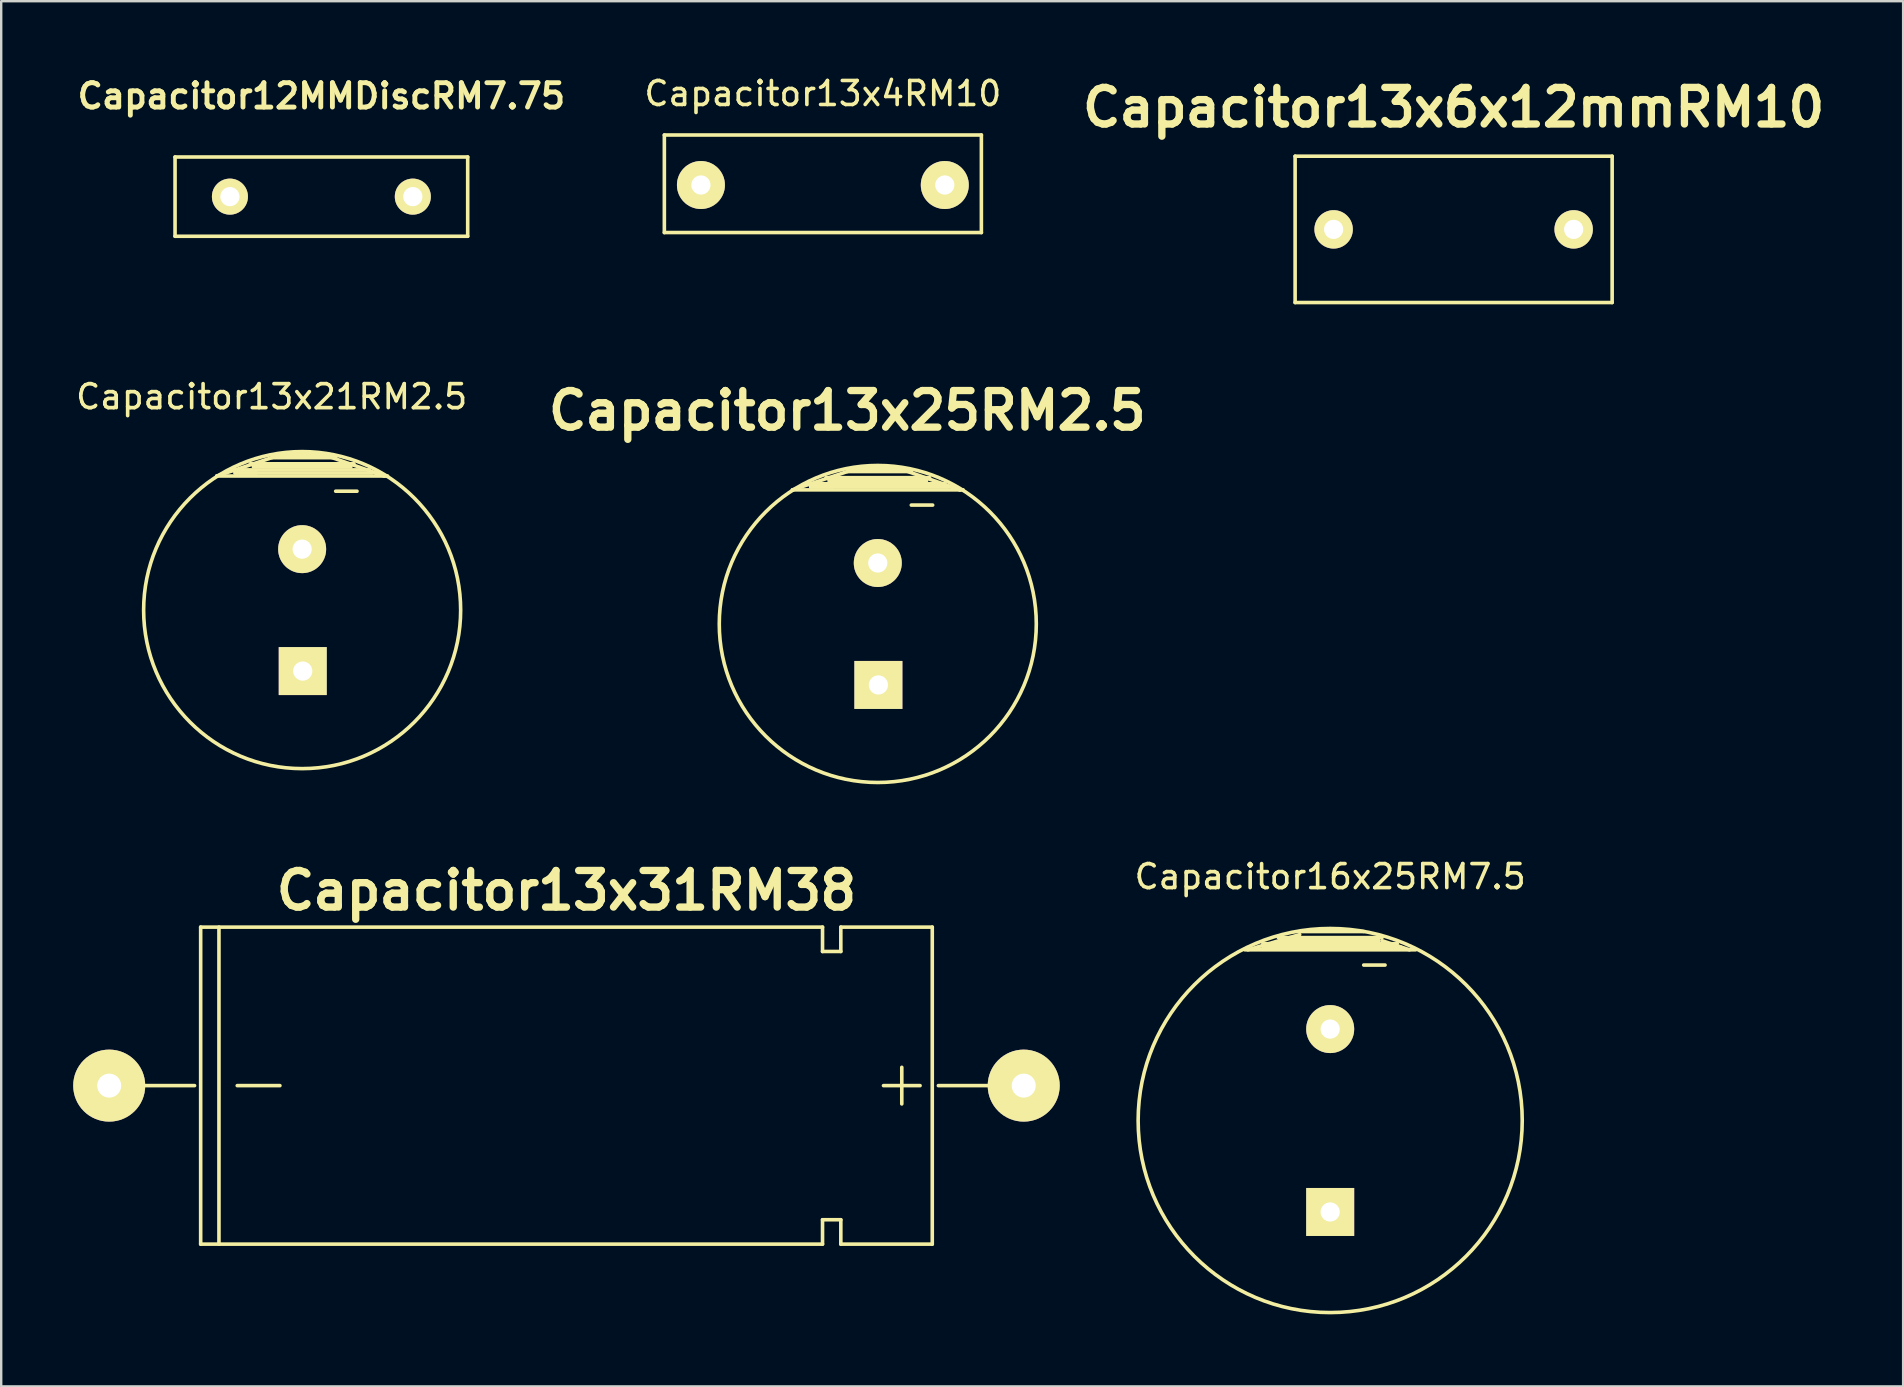
<source format=kicad_pcb>
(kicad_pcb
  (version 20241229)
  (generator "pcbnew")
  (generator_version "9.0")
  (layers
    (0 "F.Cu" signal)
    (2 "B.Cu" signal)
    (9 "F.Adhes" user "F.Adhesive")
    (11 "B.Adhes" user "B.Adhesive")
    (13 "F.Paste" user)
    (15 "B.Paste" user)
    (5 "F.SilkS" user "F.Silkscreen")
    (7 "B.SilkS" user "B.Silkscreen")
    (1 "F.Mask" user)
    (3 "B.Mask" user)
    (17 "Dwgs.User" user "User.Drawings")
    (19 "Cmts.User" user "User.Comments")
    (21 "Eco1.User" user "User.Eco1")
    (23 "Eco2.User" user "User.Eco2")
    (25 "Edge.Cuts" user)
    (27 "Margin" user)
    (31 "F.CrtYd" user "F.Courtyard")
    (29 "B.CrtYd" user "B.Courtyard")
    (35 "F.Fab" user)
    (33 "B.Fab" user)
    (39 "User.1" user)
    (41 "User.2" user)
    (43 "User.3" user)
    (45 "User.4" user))
  (footprint "Capacitor13x31RM38"
    (layer "F.Cu")
    (at 20.55 42.179)
    (property "Reference" "Capacitor13x31RM38" (at 0 -8.128 0) (layer "F.SilkS") (effects (font (size 1.524 1.524) (thickness 0.305))))
    (attr through_hole)
    (fp_line (start -15.494 0) (end -19.05 0) (stroke (width 0.15) (type solid)) (layer "F.SilkS"))
    (fp_line (start -15.24 -6.604) (end -15.24 6.604) (stroke (width 0.15) (type solid)) (layer "F.SilkS"))
    (fp_line (start -15.24 -6.604) (end 10.668 -6.604) (stroke (width 0.15) (type solid)) (layer "F.SilkS"))
    (fp_line (start -14.478 6.604) (end -14.478 -6.604) (stroke (width 0.15) (type solid)) (layer "F.SilkS"))
    (fp_line (start -13.716 0) (end -11.938 0) (stroke (width 0.15) (type solid)) (layer "F.SilkS"))
    (fp_line (start 10.668 -6.604) (end 10.668 -5.588) (stroke (width 0.15) (type solid)) (layer "F.SilkS"))
    (fp_line (start 10.668 -5.588) (end 11.43 -5.588) (stroke (width 0.15) (type solid)) (layer "F.SilkS"))
    (fp_line (start 10.668 5.588) (end 10.668 6.604) (stroke (width 0.15) (type solid)) (layer "F.SilkS"))
    (fp_line (start 10.668 6.604) (end -15.24 6.604) (stroke (width 0.15) (type solid)) (layer "F.SilkS"))
    (fp_line (start 11.43 -6.604) (end 15.24 -6.604) (stroke (width 0.15) (type solid)) (layer "F.SilkS"))
    (fp_line (start 11.43 -5.588) (end 11.43 -6.604) (stroke (width 0.15) (type solid)) (layer "F.SilkS"))
    (fp_line (start 11.43 5.588) (end 10.668 5.588) (stroke (width 0.15) (type solid)) (layer "F.SilkS"))
    (fp_line (start 11.43 6.604) (end 11.43 5.588) (stroke (width 0.15) (type solid)) (layer "F.SilkS"))
    (fp_line (start 13.97 0.762) (end 13.97 -0.762) (stroke (width 0.15) (type solid)) (layer "F.SilkS"))
    (fp_line (start 14.732 0) (end 13.208 0) (stroke (width 0.15) (type solid)) (layer "F.SilkS"))
    (fp_line (start 15.24 -6.604) (end 15.24 6.604) (stroke (width 0.15) (type solid)) (layer "F.SilkS"))
    (fp_line (start 15.24 6.604) (end 11.43 6.604) (stroke (width 0.15) (type solid)) (layer "F.SilkS"))
    (fp_line (start 15.494 0) (end 19.05 0) (stroke (width 0.15) (type solid)) (layer "F.SilkS"))
    (pad "1" thru_hole circle (at 19.05 0) (size 3 3) (drill 1.001) (layers "*.Cu" "*.Mask" "F.SilkS"))
    (pad "2" thru_hole circle (at -19.05 0) (size 3 3) (drill 1.001) (layers "*.Cu" "*.Mask" "F.SilkS")))
  (footprint "Capacitor12MMDiscRM7.75"
    (layer "F.Cu")
    (at 10.339 5.142)
    (property "Reference" "Capacitor12MMDiscRM7.75" (at 0 -4.191 0) (layer "F.SilkS") (effects (font (size 1.016 1.016) (thickness 0.203))))
    (attr through_hole)
    (fp_line (start -6.096 -1.651) (end -6.096 1.651) (stroke (width 0.15) (type solid)) (layer "F.SilkS"))
    (fp_line (start -6.096 1.651) (end 6.096 1.651) (stroke (width 0.15) (type solid)) (layer "F.SilkS"))
    (fp_line (start 6.096 -1.651) (end -6.096 -1.651) (stroke (width 0.15) (type solid)) (layer "F.SilkS"))
    (fp_line (start 6.096 1.651) (end 6.096 -1.651) (stroke (width 0.15) (type solid)) (layer "F.SilkS"))
    (pad "1" thru_hole circle (at -3.81 0) (size 1.501 1.501) (drill 0.8) (layers "*.Cu" "*.Mask" "F.SilkS"))
    (pad "2" thru_hole circle (at 3.81 0) (size 1.501 1.501) (drill 0.8) (layers "*.Cu" "*.Mask" "F.SilkS")))
  (footprint "Capacitor13x6x12mmRM10"
    (layer "F.Cu")
    (at 57.511 6.506)
    (property "Reference" "Capacitor13x6x12mmRM10" (at 0 -5.08 0) (layer "F.SilkS") (effects (font (size 1.524 1.524) (thickness 0.305))))
    (attr through_hole)
    (fp_line (start -6.604 -3.048) (end -6.604 3.048) (stroke (width 0.15) (type solid)) (layer "F.SilkS"))
    (fp_line (start -6.604 3.048) (end 6.604 3.048) (stroke (width 0.15) (type solid)) (layer "F.SilkS"))
    (fp_line (start 6.604 -3.048) (end -6.604 -3.048) (stroke (width 0.15) (type solid)) (layer "F.SilkS"))
    (fp_line (start 6.604 3.048) (end 6.604 -3.048) (stroke (width 0.15) (type solid)) (layer "F.SilkS"))
    (pad "1" thru_hole circle (at -5 0) (size 1.6 1.6) (drill 0.8) (layers "*.Cu" "*.Mask" "F.SilkS"))
    (pad "2" thru_hole circle (at 5 0) (size 1.6 1.6) (drill 0.8) (layers "*.Cu" "*.Mask" "F.SilkS")))
  (footprint "Capacitor13x21RM2.5"
    (layer "F.Cu")
    (at 9.538 22.368)
    (property "Reference" "Capacitor13x21RM2.5" (at -1.27 -8.89 0) (layer "F.SilkS") (effects (font (size 1 1) (thickness 0.15))))
    (attr through_hole)
    (fp_line (start -3.556 -5.588) (end -0.889 -6.477) (stroke (width 0.15) (type solid)) (layer "F.SilkS"))
    (fp_line (start -2.794 -5.842) (end -2.667 -5.842) (stroke (width 0.15) (type solid)) (layer "F.SilkS"))
    (fp_line (start -2.794 -5.715) (end -1.905 -5.715) (stroke (width 0.15) (type solid)) (layer "F.SilkS"))
    (fp_line (start -2.159 -6.096) (end 2.159 -6.096) (stroke (width 0.15) (type solid)) (layer "F.SilkS"))
    (fp_line (start -2.032 -5.969) (end 2.032 -5.969) (stroke (width 0.15) (type solid)) (layer "F.SilkS"))
    (fp_line (start -0.889 -6.477) (end 0.889 -6.477) (stroke (width 0.15) (type solid)) (layer "F.SilkS"))
    (fp_line (start 0.889 -6.477) (end 3.429 -5.588) (stroke (width 0.15) (type solid)) (layer "F.SilkS"))
    (fp_line (start 1.397 -6.35) (end -1.27 -6.35) (stroke (width 0.15) (type solid)) (layer "F.SilkS"))
    (fp_line (start 1.397 -4.953) (end 2.286 -4.953) (stroke (width 0.15) (type solid)) (layer "F.SilkS"))
    (fp_line (start 2.794 -5.842) (end -2.794 -5.842) (stroke (width 0.15) (type solid)) (layer "F.SilkS"))
    (fp_line (start 2.921 -5.715) (end -2.794 -5.715) (stroke (width 0.15) (type solid)) (layer "F.SilkS"))
    (fp_line (start 3.429 -5.588) (end 3.048 -5.715) (stroke (width 0.15) (type solid)) (layer "F.SilkS"))
    (fp_line (start 3.556 -5.588) (end -3.556 -5.588) (stroke (width 0.15) (type solid)) (layer "F.SilkS"))
    (fp_circle (center 0 0) (end -6.604 0) (stroke (width 0.15) (type solid)) (fill no) (layer "F.SilkS"))
    (pad "1" thru_hole rect (at 0.025 2.54) (size 1.999 1.999) (drill 0.8) (layers "*.Cu" "*.Mask" "F.SilkS"))
    (pad "2" thru_hole circle (at 0 -2.54) (size 1.999 1.999) (drill 0.8) (layers "*.Cu" "*.Mask" "F.SilkS")))
  (footprint "Capacitor13x25RM2.5"
    (layer "F.Cu")
    (at 33.52 22.946)
    (property "Reference" "Capacitor13x25RM2.5" (at -1.27 -8.89 0) (layer "F.SilkS") (effects (font (size 1.524 1.524) (thickness 0.305))))
    (attr through_hole)
    (fp_line (start -3.556 -5.588) (end -0.889 -6.477) (stroke (width 0.15) (type solid)) (layer "F.SilkS"))
    (fp_line (start -2.794 -5.842) (end -2.667 -5.842) (stroke (width 0.15) (type solid)) (layer "F.SilkS"))
    (fp_line (start -2.794 -5.715) (end -1.905 -5.715) (stroke (width 0.15) (type solid)) (layer "F.SilkS"))
    (fp_line (start -2.159 -6.096) (end 2.159 -6.096) (stroke (width 0.15) (type solid)) (layer "F.SilkS"))
    (fp_line (start -2.032 -5.969) (end 2.032 -5.969) (stroke (width 0.15) (type solid)) (layer "F.SilkS"))
    (fp_line (start -0.889 -6.477) (end 0.889 -6.477) (stroke (width 0.15) (type solid)) (layer "F.SilkS"))
    (fp_line (start 0.889 -6.477) (end 3.429 -5.588) (stroke (width 0.15) (type solid)) (layer "F.SilkS"))
    (fp_line (start 1.397 -6.35) (end -1.27 -6.35) (stroke (width 0.15) (type solid)) (layer "F.SilkS"))
    (fp_line (start 1.397 -4.953) (end 2.286 -4.953) (stroke (width 0.15) (type solid)) (layer "F.SilkS"))
    (fp_line (start 2.794 -5.842) (end -2.794 -5.842) (stroke (width 0.15) (type solid)) (layer "F.SilkS"))
    (fp_line (start 2.921 -5.715) (end -2.794 -5.715) (stroke (width 0.15) (type solid)) (layer "F.SilkS"))
    (fp_line (start 3.429 -5.588) (end 3.048 -5.715) (stroke (width 0.15) (type solid)) (layer "F.SilkS"))
    (fp_line (start 3.556 -5.588) (end -3.556 -5.588) (stroke (width 0.15) (type solid)) (layer "F.SilkS"))
    (fp_circle (center 0 0) (end -6.604 0) (stroke (width 0.15) (type solid)) (fill no) (layer "F.SilkS"))
    (pad "1" thru_hole rect (at 0.025 2.54) (size 1.999 1.999) (drill 0.8) (layers "*.Cu" "*.Mask" "F.SilkS"))
    (pad "2" thru_hole circle (at 0 -2.54) (size 1.999 1.999) (drill 0.8) (layers "*.Cu" "*.Mask" "F.SilkS")))
  (footprint "Capacitor16x25RM7.5"
    (layer "F.Cu")
    (at 52.368 43.633)
    (property "Reference" "Capacitor16x25RM7.5" (at 0 -10.16 0) (layer "F.SilkS") (effects (font (size 1 1) (thickness 0.15))))
    (attr through_hole)
    (fp_line (start -3.429 -7.112) (end -1.27 -7.747) (stroke (width 0.15) (type solid)) (layer "F.SilkS"))
    (fp_line (start -2.794 -7.366) (end -2.667 -7.366) (stroke (width 0.15) (type solid)) (layer "F.SilkS"))
    (fp_line (start -2.794 -7.239) (end -1.905 -7.239) (stroke (width 0.15) (type solid)) (layer "F.SilkS"))
    (fp_line (start -2.159 -7.62) (end 2.159 -7.62) (stroke (width 0.15) (type solid)) (layer "F.SilkS"))
    (fp_line (start -2.032 -7.493) (end 2.032 -7.493) (stroke (width 0.15) (type solid)) (layer "F.SilkS"))
    (fp_line (start 1.397 -7.874) (end -1.27 -7.874) (stroke (width 0.15) (type solid)) (layer "F.SilkS"))
    (fp_line (start 1.397 -6.477) (end 2.286 -6.477) (stroke (width 0.15) (type solid)) (layer "F.SilkS"))
    (fp_line (start 2.794 -7.366) (end -2.794 -7.366) (stroke (width 0.15) (type solid)) (layer "F.SilkS"))
    (fp_line (start 2.921 -7.239) (end -2.794 -7.239) (stroke (width 0.15) (type solid)) (layer "F.SilkS"))
    (fp_line (start 3.302 -7.112) (end 2.159 -7.493) (stroke (width 0.15) (type solid)) (layer "F.SilkS"))
    (fp_line (start 3.556 -7.112) (end -3.556 -7.112) (stroke (width 0.15) (type solid)) (layer "F.SilkS"))
    (fp_circle (center 0 0) (end 8.001 0) (stroke (width 0.15) (type solid)) (fill no) (layer "F.SilkS"))
    (pad "1" thru_hole rect (at 0 3.81) (size 1.999 1.999) (drill 0.8) (layers "*.Cu" "*.Mask" "F.SilkS"))
    (pad "2" thru_hole circle (at 0 -3.81) (size 1.999 1.999) (drill 0.8) (layers "*.Cu" "*.Mask" "F.SilkS")))
  (footprint "Capacitor13x4RM10"
    (layer "F.Cu")
    (at 31.232 4.658)
    (property "Reference" "Capacitor13x4RM10" (at 0 -3.81 0) (layer "F.SilkS") (effects (font (size 1 1) (thickness 0.15))))
    (attr through_hole)
    (fp_line (start -6.604 -2.083) (end -6.604 1.981) (stroke (width 0.15) (type solid)) (layer "F.SilkS"))
    (fp_line (start -6.604 -2.083) (end 6.604 -2.083) (stroke (width 0.15) (type solid)) (layer "F.SilkS"))
    (fp_line (start 6.604 1.981) (end -6.604 1.981) (stroke (width 0.15) (type solid)) (layer "F.SilkS"))
    (fp_line (start 6.604 1.981) (end 6.604 -2.083) (stroke (width 0.15) (type solid)) (layer "F.SilkS"))
    (pad "1" thru_hole circle (at -5.08 0) (size 1.999 1.999) (drill 0.8) (layers "*.Cu" "*.Mask" "F.SilkS"))
    (pad "2" thru_hole circle (at 5.08 0) (size 1.999 1.999) (drill 0.8) (layers "*.Cu" "*.Mask" "F.SilkS")))
  (gr_rect
    (start -3 -3)
    (end 76.238 54.709)
    (stroke (width 0.1) (type default))
    (fill no)
    (layer "Edge.Cuts")))
</source>
